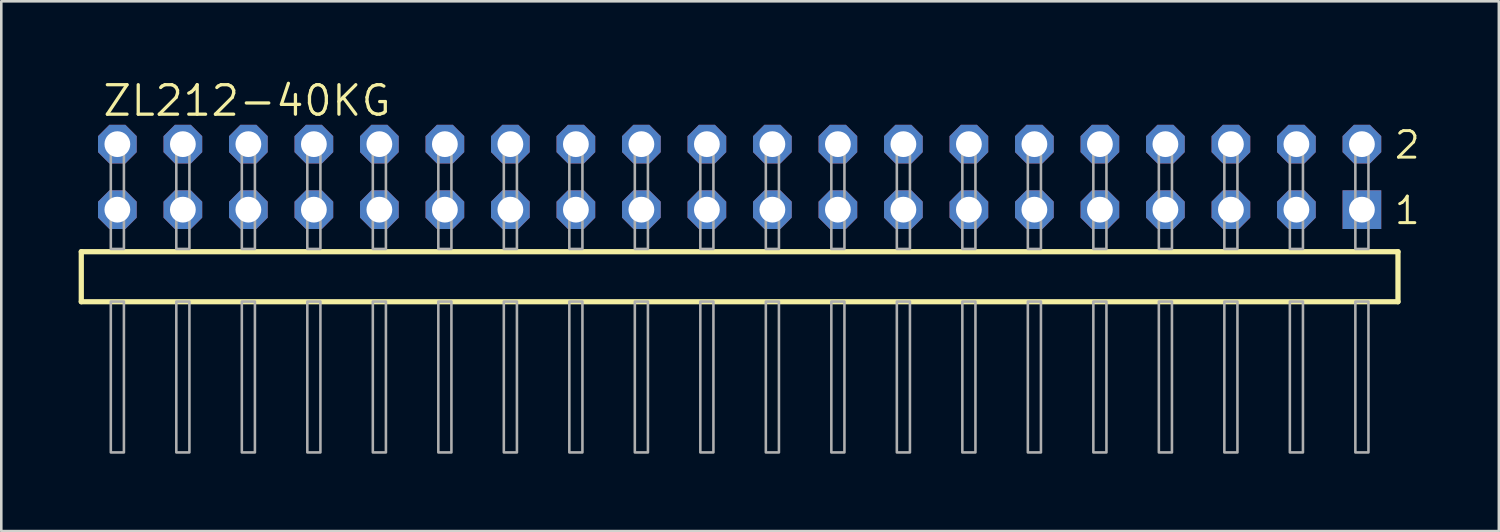
<source format=kicad_pcb>
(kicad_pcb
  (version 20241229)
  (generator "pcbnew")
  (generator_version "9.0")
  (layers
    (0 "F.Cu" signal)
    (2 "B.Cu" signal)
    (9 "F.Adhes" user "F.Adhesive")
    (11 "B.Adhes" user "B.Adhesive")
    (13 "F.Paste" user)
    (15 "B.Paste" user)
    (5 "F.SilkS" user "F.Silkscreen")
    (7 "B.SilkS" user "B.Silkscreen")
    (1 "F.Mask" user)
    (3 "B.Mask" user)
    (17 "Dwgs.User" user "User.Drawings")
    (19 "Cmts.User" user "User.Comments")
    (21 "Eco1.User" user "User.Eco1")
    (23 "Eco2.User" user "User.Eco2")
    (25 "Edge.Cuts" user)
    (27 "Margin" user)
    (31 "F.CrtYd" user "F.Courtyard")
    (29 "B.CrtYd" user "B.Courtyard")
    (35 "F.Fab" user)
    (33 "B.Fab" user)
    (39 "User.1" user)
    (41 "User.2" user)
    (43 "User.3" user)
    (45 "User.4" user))
  (footprint "ZL212-40KG"
    (layer "F.Cu")
    (at 1.501 5.08)
    (property "Reference" "ZL212-40KG" (at -0.635 -3.556 0) (layer "F.SilkS") (effects (font (size 1.143 1.143) (thickness 0.127)) (justify left bottom)))
    (fp_line (start -1.399 1.63) (end -1.399 3.57) (stroke (width 0.203) (type solid)) (layer "F.SilkS"))
    (fp_line (start -1.399 3.57) (end 49.659 3.57) (stroke (width 0.203) (type solid)) (layer "F.SilkS"))
    (fp_line (start 49.659 1.63) (end -1.399 1.63) (stroke (width 0.203) (type solid)) (layer "F.SilkS"))
    (fp_line (start 49.659 3.57) (end 49.659 1.63) (stroke (width 0.203) (type solid)) (layer "F.SilkS"))
    (fp_poly (pts (xy -0.254 1.524) (xy 0.254 1.524) (xy 0.254 -2.794) (xy -0.254 -2.794)) (stroke (width 0.1) (type solid)) (fill no) (layer "F.Fab"))
    (fp_poly (pts (xy -0.254 9.414) (xy 0.254 9.414) (xy 0.254 3.564) (xy -0.254 3.564)) (stroke (width 0.1) (type solid)) (fill no) (layer "F.Fab"))
    (fp_poly (pts (xy 2.286 1.524) (xy 2.794 1.524) (xy 2.794 -2.794) (xy 2.286 -2.794)) (stroke (width 0.1) (type solid)) (fill no) (layer "F.Fab"))
    (fp_poly (pts (xy 2.286 9.414) (xy 2.794 9.414) (xy 2.794 3.564) (xy 2.286 3.564)) (stroke (width 0.1) (type solid)) (fill no) (layer "F.Fab"))
    (fp_poly (pts (xy 4.826 1.524) (xy 5.334 1.524) (xy 5.334 -2.794) (xy 4.826 -2.794)) (stroke (width 0.1) (type solid)) (fill no) (layer "F.Fab"))
    (fp_poly (pts (xy 4.826 9.414) (xy 5.334 9.414) (xy 5.334 3.564) (xy 4.826 3.564)) (stroke (width 0.1) (type solid)) (fill no) (layer "F.Fab"))
    (fp_poly (pts (xy 7.366 1.524) (xy 7.874 1.524) (xy 7.874 -2.794) (xy 7.366 -2.794)) (stroke (width 0.1) (type solid)) (fill no) (layer "F.Fab"))
    (fp_poly (pts (xy 7.366 9.414) (xy 7.874 9.414) (xy 7.874 3.564) (xy 7.366 3.564)) (stroke (width 0.1) (type solid)) (fill no) (layer "F.Fab"))
    (fp_poly (pts (xy 9.906 1.524) (xy 10.414 1.524) (xy 10.414 -2.794) (xy 9.906 -2.794)) (stroke (width 0.1) (type solid)) (fill no) (layer "F.Fab"))
    (fp_poly (pts (xy 9.906 9.414) (xy 10.414 9.414) (xy 10.414 3.564) (xy 9.906 3.564)) (stroke (width 0.1) (type solid)) (fill no) (layer "F.Fab"))
    (fp_poly (pts (xy 12.446 1.524) (xy 12.954 1.524) (xy 12.954 -2.794) (xy 12.446 -2.794)) (stroke (width 0.1) (type solid)) (fill no) (layer "F.Fab"))
    (fp_poly (pts (xy 12.446 9.414) (xy 12.954 9.414) (xy 12.954 3.564) (xy 12.446 3.564)) (stroke (width 0.1) (type solid)) (fill no) (layer "F.Fab"))
    (fp_poly (pts (xy 14.986 1.524) (xy 15.494 1.524) (xy 15.494 -2.794) (xy 14.986 -2.794)) (stroke (width 0.1) (type solid)) (fill no) (layer "F.Fab"))
    (fp_poly (pts (xy 14.986 9.414) (xy 15.494 9.414) (xy 15.494 3.564) (xy 14.986 3.564)) (stroke (width 0.1) (type solid)) (fill no) (layer "F.Fab"))
    (fp_poly (pts (xy 17.526 1.524) (xy 18.034 1.524) (xy 18.034 -2.794) (xy 17.526 -2.794)) (stroke (width 0.1) (type solid)) (fill no) (layer "F.Fab"))
    (fp_poly (pts (xy 17.526 9.414) (xy 18.034 9.414) (xy 18.034 3.564) (xy 17.526 3.564)) (stroke (width 0.1) (type solid)) (fill no) (layer "F.Fab"))
    (fp_poly (pts (xy 20.066 1.524) (xy 20.574 1.524) (xy 20.574 -2.794) (xy 20.066 -2.794)) (stroke (width 0.1) (type solid)) (fill no) (layer "F.Fab"))
    (fp_poly (pts (xy 20.066 9.414) (xy 20.574 9.414) (xy 20.574 3.564) (xy 20.066 3.564)) (stroke (width 0.1) (type solid)) (fill no) (layer "F.Fab"))
    (fp_poly (pts (xy 22.606 1.524) (xy 23.114 1.524) (xy 23.114 -2.794) (xy 22.606 -2.794)) (stroke (width 0.1) (type solid)) (fill no) (layer "F.Fab"))
    (fp_poly (pts (xy 22.606 9.414) (xy 23.114 9.414) (xy 23.114 3.564) (xy 22.606 3.564)) (stroke (width 0.1) (type solid)) (fill no) (layer "F.Fab"))
    (fp_poly (pts (xy 25.146 1.524) (xy 25.654 1.524) (xy 25.654 -2.794) (xy 25.146 -2.794)) (stroke (width 0.1) (type solid)) (fill no) (layer "F.Fab"))
    (fp_poly (pts (xy 25.146 9.414) (xy 25.654 9.414) (xy 25.654 3.564) (xy 25.146 3.564)) (stroke (width 0.1) (type solid)) (fill no) (layer "F.Fab"))
    (fp_poly (pts (xy 27.686 1.524) (xy 28.194 1.524) (xy 28.194 -2.794) (xy 27.686 -2.794)) (stroke (width 0.1) (type solid)) (fill no) (layer "F.Fab"))
    (fp_poly (pts (xy 27.686 9.414) (xy 28.194 9.414) (xy 28.194 3.564) (xy 27.686 3.564)) (stroke (width 0.1) (type solid)) (fill no) (layer "F.Fab"))
    (fp_poly (pts (xy 30.226 1.524) (xy 30.734 1.524) (xy 30.734 -2.794) (xy 30.226 -2.794)) (stroke (width 0.1) (type solid)) (fill no) (layer "F.Fab"))
    (fp_poly (pts (xy 30.226 9.414) (xy 30.734 9.414) (xy 30.734 3.564) (xy 30.226 3.564)) (stroke (width 0.1) (type solid)) (fill no) (layer "F.Fab"))
    (fp_poly (pts (xy 32.766 1.524) (xy 33.274 1.524) (xy 33.274 -2.794) (xy 32.766 -2.794)) (stroke (width 0.1) (type solid)) (fill no) (layer "F.Fab"))
    (fp_poly (pts (xy 32.766 9.414) (xy 33.274 9.414) (xy 33.274 3.564) (xy 32.766 3.564)) (stroke (width 0.1) (type solid)) (fill no) (layer "F.Fab"))
    (fp_poly (pts (xy 35.306 1.524) (xy 35.814 1.524) (xy 35.814 -2.794) (xy 35.306 -2.794)) (stroke (width 0.1) (type solid)) (fill no) (layer "F.Fab"))
    (fp_poly (pts (xy 35.306 9.414) (xy 35.814 9.414) (xy 35.814 3.564) (xy 35.306 3.564)) (stroke (width 0.1) (type solid)) (fill no) (layer "F.Fab"))
    (fp_poly (pts (xy 37.846 1.524) (xy 38.354 1.524) (xy 38.354 -2.794) (xy 37.846 -2.794)) (stroke (width 0.1) (type solid)) (fill no) (layer "F.Fab"))
    (fp_poly (pts (xy 37.846 9.414) (xy 38.354 9.414) (xy 38.354 3.564) (xy 37.846 3.564)) (stroke (width 0.1) (type solid)) (fill no) (layer "F.Fab"))
    (fp_poly (pts (xy 40.386 1.524) (xy 40.894 1.524) (xy 40.894 -2.794) (xy 40.386 -2.794)) (stroke (width 0.1) (type solid)) (fill no) (layer "F.Fab"))
    (fp_poly (pts (xy 40.386 9.414) (xy 40.894 9.414) (xy 40.894 3.564) (xy 40.386 3.564)) (stroke (width 0.1) (type solid)) (fill no) (layer "F.Fab"))
    (fp_poly (pts (xy 42.926 1.524) (xy 43.434 1.524) (xy 43.434 -2.794) (xy 42.926 -2.794)) (stroke (width 0.1) (type solid)) (fill no) (layer "F.Fab"))
    (fp_poly (pts (xy 42.926 9.414) (xy 43.434 9.414) (xy 43.434 3.564) (xy 42.926 3.564)) (stroke (width 0.1) (type solid)) (fill no) (layer "F.Fab"))
    (fp_poly (pts (xy 45.466 1.524) (xy 45.974 1.524) (xy 45.974 -2.794) (xy 45.466 -2.794)) (stroke (width 0.1) (type solid)) (fill no) (layer "F.Fab"))
    (fp_poly (pts (xy 45.466 9.414) (xy 45.974 9.414) (xy 45.974 3.564) (xy 45.466 3.564)) (stroke (width 0.1) (type solid)) (fill no) (layer "F.Fab"))
    (fp_poly (pts (xy 48.006 1.524) (xy 48.514 1.524) (xy 48.514 -2.794) (xy 48.006 -2.794)) (stroke (width 0.1) (type solid)) (fill no) (layer "F.Fab"))
    (fp_poly (pts (xy 48.006 9.414) (xy 48.514 9.414) (xy 48.514 3.564) (xy 48.006 3.564)) (stroke (width 0.1) (type solid)) (fill no) (layer "F.Fab"))
    (fp_text user "2" (at 49.454 -1.905 0) (layer "F.SilkS") (effects (font (size 1.029 1.029) (thickness 0.114)) (justify left bottom)))
    (fp_text user "1" (at 49.454 0.635 0) (layer "F.SilkS") (effects (font (size 1.029 1.029) (thickness 0.114)) (justify left bottom)))
    (pad "1" thru_hole rect (at 48.26 0) (size 1.5 1.5) (drill 1) (layers "*.Cu" "*.Mask"))
    (pad "2" thru_hole roundrect (at 48.26 -2.54) (size 1.5 1.5) (drill 1) (layers "*.Cu" "*.Mask") (roundrect_rratio 0.25) (chamfer_ratio 0.293) (chamfer top_left top_right bottom_left bottom_right))
    (pad "3" thru_hole roundrect (at 45.72 0) (size 1.5 1.5) (drill 1) (layers "*.Cu" "*.Mask") (roundrect_rratio 0.25) (chamfer_ratio 0.293) (chamfer top_left top_right bottom_left bottom_right))
    (pad "4" thru_hole roundrect (at 45.72 -2.54) (size 1.5 1.5) (drill 1) (layers "*.Cu" "*.Mask") (roundrect_rratio 0.25) (chamfer_ratio 0.293) (chamfer top_left top_right bottom_left bottom_right))
    (pad "5" thru_hole roundrect (at 43.18 0) (size 1.5 1.5) (drill 1) (layers "*.Cu" "*.Mask") (roundrect_rratio 0.25) (chamfer_ratio 0.293) (chamfer top_left top_right bottom_left bottom_right))
    (pad "6" thru_hole roundrect (at 43.18 -2.54) (size 1.5 1.5) (drill 1) (layers "*.Cu" "*.Mask") (roundrect_rratio 0.25) (chamfer_ratio 0.293) (chamfer top_left top_right bottom_left bottom_right))
    (pad "7" thru_hole roundrect (at 40.64 0) (size 1.5 1.5) (drill 1) (layers "*.Cu" "*.Mask") (roundrect_rratio 0.25) (chamfer_ratio 0.293) (chamfer top_left top_right bottom_left bottom_right))
    (pad "8" thru_hole roundrect (at 40.64 -2.54) (size 1.5 1.5) (drill 1) (layers "*.Cu" "*.Mask") (roundrect_rratio 0.25) (chamfer_ratio 0.293) (chamfer top_left top_right bottom_left bottom_right))
    (pad "9" thru_hole roundrect (at 38.1 0) (size 1.5 1.5) (drill 1) (layers "*.Cu" "*.Mask") (roundrect_rratio 0.25) (chamfer_ratio 0.293) (chamfer top_left top_right bottom_left bottom_right))
    (pad "10" thru_hole roundrect (at 38.1 -2.54) (size 1.5 1.5) (drill 1) (layers "*.Cu" "*.Mask") (roundrect_rratio 0.25) (chamfer_ratio 0.293) (chamfer top_left top_right bottom_left bottom_right))
    (pad "11" thru_hole roundrect (at 35.56 0) (size 1.5 1.5) (drill 1) (layers "*.Cu" "*.Mask") (roundrect_rratio 0.25) (chamfer_ratio 0.293) (chamfer top_left top_right bottom_left bottom_right))
    (pad "12" thru_hole roundrect (at 35.56 -2.54) (size 1.5 1.5) (drill 1) (layers "*.Cu" "*.Mask") (roundrect_rratio 0.25) (chamfer_ratio 0.293) (chamfer top_left top_right bottom_left bottom_right))
    (pad "13" thru_hole roundrect (at 33.02 0) (size 1.5 1.5) (drill 1) (layers "*.Cu" "*.Mask") (roundrect_rratio 0.25) (chamfer_ratio 0.293) (chamfer top_left top_right bottom_left bottom_right))
    (pad "14" thru_hole roundrect (at 33.02 -2.54) (size 1.5 1.5) (drill 1) (layers "*.Cu" "*.Mask") (roundrect_rratio 0.25) (chamfer_ratio 0.293) (chamfer top_left top_right bottom_left bottom_right))
    (pad "15" thru_hole roundrect (at 30.48 0) (size 1.5 1.5) (drill 1) (layers "*.Cu" "*.Mask") (roundrect_rratio 0.25) (chamfer_ratio 0.293) (chamfer top_left top_right bottom_left bottom_right))
    (pad "16" thru_hole roundrect (at 30.48 -2.54) (size 1.5 1.5) (drill 1) (layers "*.Cu" "*.Mask") (roundrect_rratio 0.25) (chamfer_ratio 0.293) (chamfer top_left top_right bottom_left bottom_right))
    (pad "17" thru_hole roundrect (at 27.94 0) (size 1.5 1.5) (drill 1) (layers "*.Cu" "*.Mask") (roundrect_rratio 0.25) (chamfer_ratio 0.293) (chamfer top_left top_right bottom_left bottom_right))
    (pad "18" thru_hole roundrect (at 27.94 -2.54) (size 1.5 1.5) (drill 1) (layers "*.Cu" "*.Mask") (roundrect_rratio 0.25) (chamfer_ratio 0.293) (chamfer top_left top_right bottom_left bottom_right))
    (pad "19" thru_hole roundrect (at 25.4 0) (size 1.5 1.5) (drill 1) (layers "*.Cu" "*.Mask") (roundrect_rratio 0.25) (chamfer_ratio 0.293) (chamfer top_left top_right bottom_left bottom_right))
    (pad "20" thru_hole roundrect (at 25.4 -2.54) (size 1.5 1.5) (drill 1) (layers "*.Cu" "*.Mask") (roundrect_rratio 0.25) (chamfer_ratio 0.293) (chamfer top_left top_right bottom_left bottom_right))
    (pad "21" thru_hole roundrect (at 22.86 0) (size 1.5 1.5) (drill 1) (layers "*.Cu" "*.Mask") (roundrect_rratio 0.25) (chamfer_ratio 0.293) (chamfer top_left top_right bottom_left bottom_right))
    (pad "22" thru_hole roundrect (at 22.86 -2.54) (size 1.5 1.5) (drill 1) (layers "*.Cu" "*.Mask") (roundrect_rratio 0.25) (chamfer_ratio 0.293) (chamfer top_left top_right bottom_left bottom_right))
    (pad "23" thru_hole roundrect (at 20.32 0) (size 1.5 1.5) (drill 1) (layers "*.Cu" "*.Mask") (roundrect_rratio 0.25) (chamfer_ratio 0.293) (chamfer top_left top_right bottom_left bottom_right))
    (pad "24" thru_hole roundrect (at 20.32 -2.54) (size 1.5 1.5) (drill 1) (layers "*.Cu" "*.Mask") (roundrect_rratio 0.25) (chamfer_ratio 0.293) (chamfer top_left top_right bottom_left bottom_right))
    (pad "25" thru_hole roundrect (at 17.78 0) (size 1.5 1.5) (drill 1) (layers "*.Cu" "*.Mask") (roundrect_rratio 0.25) (chamfer_ratio 0.293) (chamfer top_left top_right bottom_left bottom_right))
    (pad "26" thru_hole roundrect (at 17.78 -2.54) (size 1.5 1.5) (drill 1) (layers "*.Cu" "*.Mask") (roundrect_rratio 0.25) (chamfer_ratio 0.293) (chamfer top_left top_right bottom_left bottom_right))
    (pad "27" thru_hole roundrect (at 15.24 0) (size 1.5 1.5) (drill 1) (layers "*.Cu" "*.Mask") (roundrect_rratio 0.25) (chamfer_ratio 0.293) (chamfer top_left top_right bottom_left bottom_right))
    (pad "28" thru_hole roundrect (at 15.24 -2.54) (size 1.5 1.5) (drill 1) (layers "*.Cu" "*.Mask") (roundrect_rratio 0.25) (chamfer_ratio 0.293) (chamfer top_left top_right bottom_left bottom_right))
    (pad "29" thru_hole roundrect (at 12.7 0) (size 1.5 1.5) (drill 1) (layers "*.Cu" "*.Mask") (roundrect_rratio 0.25) (chamfer_ratio 0.293) (chamfer top_left top_right bottom_left bottom_right))
    (pad "30" thru_hole roundrect (at 12.7 -2.54) (size 1.5 1.5) (drill 1) (layers "*.Cu" "*.Mask") (roundrect_rratio 0.25) (chamfer_ratio 0.293) (chamfer top_left top_right bottom_left bottom_right))
    (pad "31" thru_hole roundrect (at 10.16 0) (size 1.5 1.5) (drill 1) (layers "*.Cu" "*.Mask") (roundrect_rratio 0.25) (chamfer_ratio 0.293) (chamfer top_left top_right bottom_left bottom_right))
    (pad "32" thru_hole roundrect (at 10.16 -2.54) (size 1.5 1.5) (drill 1) (layers "*.Cu" "*.Mask") (roundrect_rratio 0.25) (chamfer_ratio 0.293) (chamfer top_left top_right bottom_left bottom_right))
    (pad "33" thru_hole roundrect (at 7.62 0) (size 1.5 1.5) (drill 1) (layers "*.Cu" "*.Mask") (roundrect_rratio 0.25) (chamfer_ratio 0.293) (chamfer top_left top_right bottom_left bottom_right))
    (pad "34" thru_hole roundrect (at 7.62 -2.54) (size 1.5 1.5) (drill 1) (layers "*.Cu" "*.Mask") (roundrect_rratio 0.25) (chamfer_ratio 0.293) (chamfer top_left top_right bottom_left bottom_right))
    (pad "35" thru_hole roundrect (at 5.08 0) (size 1.5 1.5) (drill 1) (layers "*.Cu" "*.Mask") (roundrect_rratio 0.25) (chamfer_ratio 0.293) (chamfer top_left top_right bottom_left bottom_right))
    (pad "36" thru_hole roundrect (at 5.08 -2.54) (size 1.5 1.5) (drill 1) (layers "*.Cu" "*.Mask") (roundrect_rratio 0.25) (chamfer_ratio 0.293) (chamfer top_left top_right bottom_left bottom_right))
    (pad "37" thru_hole roundrect (at 2.54 0) (size 1.5 1.5) (drill 1) (layers "*.Cu" "*.Mask") (roundrect_rratio 0.25) (chamfer_ratio 0.293) (chamfer top_left top_right bottom_left bottom_right))
    (pad "38" thru_hole roundrect (at 2.54 -2.54) (size 1.5 1.5) (drill 1) (layers "*.Cu" "*.Mask") (roundrect_rratio 0.25) (chamfer_ratio 0.293) (chamfer top_left top_right bottom_left bottom_right))
    (pad "39" thru_hole roundrect (at 0 0) (size 1.5 1.5) (drill 1) (layers "*.Cu" "*.Mask") (roundrect_rratio 0.25) (chamfer_ratio 0.293) (chamfer top_left top_right bottom_left bottom_right))
    (pad "40" thru_hole roundrect (at 0 -2.54) (size 1.5 1.5) (drill 1) (layers "*.Cu" "*.Mask") (roundrect_rratio 0.25) (chamfer_ratio 0.293) (chamfer top_left top_right bottom_left bottom_right)))
  (gr_rect
    (start -3 -3)
    (end 55.071 17.544)
    (stroke (width 0.1) (type default))
    (fill no)
    (layer "Edge.Cuts")))
</source>
